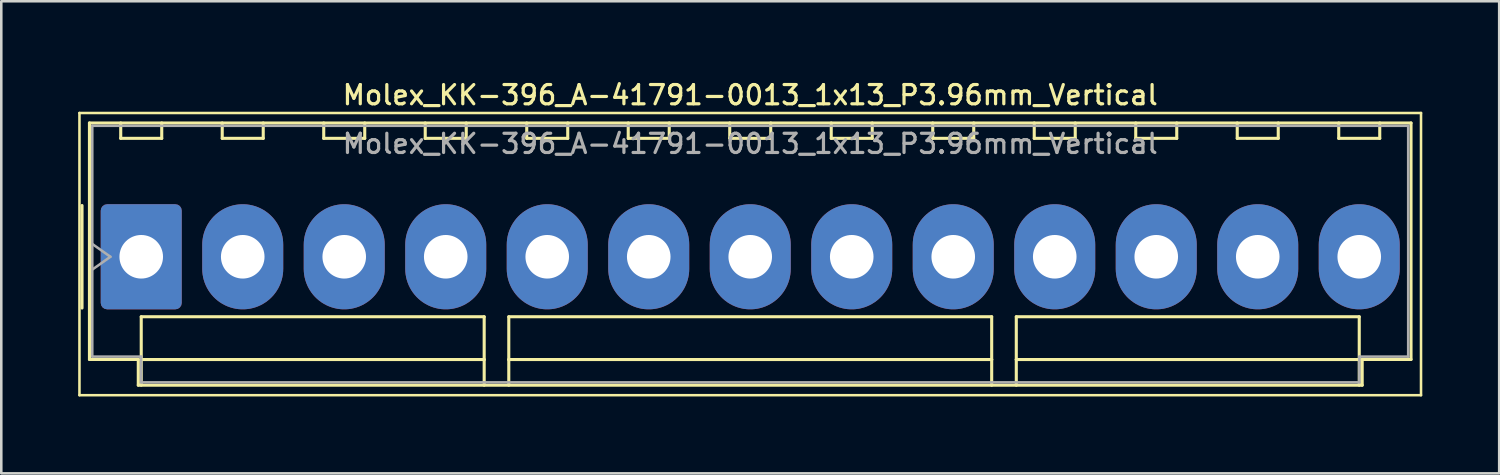
<source format=kicad_pcb>
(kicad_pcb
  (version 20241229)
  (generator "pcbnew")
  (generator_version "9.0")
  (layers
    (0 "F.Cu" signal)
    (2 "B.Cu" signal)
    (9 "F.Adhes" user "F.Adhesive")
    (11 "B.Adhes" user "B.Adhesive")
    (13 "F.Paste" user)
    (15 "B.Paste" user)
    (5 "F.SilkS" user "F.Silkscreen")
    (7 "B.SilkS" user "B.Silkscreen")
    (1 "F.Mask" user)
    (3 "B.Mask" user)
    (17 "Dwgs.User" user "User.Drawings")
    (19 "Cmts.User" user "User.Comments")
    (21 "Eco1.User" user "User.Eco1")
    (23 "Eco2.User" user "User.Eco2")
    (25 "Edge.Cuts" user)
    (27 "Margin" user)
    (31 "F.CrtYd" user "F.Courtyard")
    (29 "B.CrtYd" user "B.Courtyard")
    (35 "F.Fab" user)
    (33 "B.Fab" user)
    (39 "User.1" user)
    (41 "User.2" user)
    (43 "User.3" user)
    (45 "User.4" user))
  (footprint "Molex_KK-396_A-41791-0013_1x13_P3.96mm_Vertical"
    (layer "F.Cu")
    (at 2.46 6.968)
    (property "Reference" "Molex_KK-396_A-41791-0013_1x13_P3.96mm_Vertical" (at 23.76 -6.31 0) (layer "F.SilkS") (effects (font (size 0.75 0.75) (thickness 0.125))))
    (attr through_hole)
    (fp_line (start -2.41 -5.61) (end -2.41 5.4) (stroke (width 0.1) (type solid)) (layer "F.SilkS"))
    (fp_line (start -2.41 5.4) (end 49.93 5.4) (stroke (width 0.1) (type solid)) (layer "F.SilkS"))
    (fp_line (start -2.31 -2) (end -2.31 2) (stroke (width 0.12) (type solid)) (layer "F.SilkS"))
    (fp_line (start -2.02 -5.22) (end 49.54 -5.22) (stroke (width 0.12) (type solid)) (layer "F.SilkS"))
    (fp_line (start -2.02 4.005) (end -2.02 -5.22) (stroke (width 0.12) (type solid)) (layer "F.SilkS"))
    (fp_line (start -0.8 -5.22) (end -0.8 -4.62) (stroke (width 0.12) (type solid)) (layer "F.SilkS"))
    (fp_line (start -0.8 -4.62) (end 0.8 -4.62) (stroke (width 0.12) (type solid)) (layer "F.SilkS"))
    (fp_line (start -0.115 4.005) (end -2.02 4.005) (stroke (width 0.12) (type solid)) (layer "F.SilkS"))
    (fp_line (start -0.115 5.01) (end -0.115 4.005) (stroke (width 0.12) (type solid)) (layer "F.SilkS"))
    (fp_line (start 0 2.34) (end 13.38 2.34) (stroke (width 0.12) (type solid)) (layer "F.SilkS"))
    (fp_line (start 0 4.01) (end 0 2.34) (stroke (width 0.12) (type solid)) (layer "F.SilkS"))
    (fp_line (start 0 4.01) (end 13.38 4.01) (stroke (width 0.12) (type solid)) (layer "F.SilkS"))
    (fp_line (start 0 5.01) (end 0 4.01) (stroke (width 0.12) (type solid)) (layer "F.SilkS"))
    (fp_line (start 0.8 -4.62) (end 0.8 -5.22) (stroke (width 0.12) (type solid)) (layer "F.SilkS"))
    (fp_line (start 3.16 -5.22) (end 3.16 -4.62) (stroke (width 0.12) (type solid)) (layer "F.SilkS"))
    (fp_line (start 3.16 -4.62) (end 4.76 -4.62) (stroke (width 0.12) (type solid)) (layer "F.SilkS"))
    (fp_line (start 4.76 -4.62) (end 4.76 -5.22) (stroke (width 0.12) (type solid)) (layer "F.SilkS"))
    (fp_line (start 7.12 -5.22) (end 7.12 -4.62) (stroke (width 0.12) (type solid)) (layer "F.SilkS"))
    (fp_line (start 7.12 -4.62) (end 8.72 -4.62) (stroke (width 0.12) (type solid)) (layer "F.SilkS"))
    (fp_line (start 8.72 -4.62) (end 8.72 -5.22) (stroke (width 0.12) (type solid)) (layer "F.SilkS"))
    (fp_line (start 11.08 -5.22) (end 11.08 -4.62) (stroke (width 0.12) (type solid)) (layer "F.SilkS"))
    (fp_line (start 11.08 -4.62) (end 12.68 -4.62) (stroke (width 0.12) (type solid)) (layer "F.SilkS"))
    (fp_line (start 12.68 -4.62) (end 12.68 -5.22) (stroke (width 0.12) (type solid)) (layer "F.SilkS"))
    (fp_line (start 13.38 2.34) (end 13.38 4.01) (stroke (width 0.12) (type solid)) (layer "F.SilkS"))
    (fp_line (start 13.38 4.01) (end 13.38 5.01) (stroke (width 0.12) (type solid)) (layer "F.SilkS"))
    (fp_line (start 14.34 2.34) (end 33.18 2.34) (stroke (width 0.12) (type solid)) (layer "F.SilkS"))
    (fp_line (start 14.34 4.01) (end 14.34 2.34) (stroke (width 0.12) (type solid)) (layer "F.SilkS"))
    (fp_line (start 14.34 4.01) (end 33.18 4.01) (stroke (width 0.12) (type solid)) (layer "F.SilkS"))
    (fp_line (start 14.34 5.01) (end 14.34 4.01) (stroke (width 0.12) (type solid)) (layer "F.SilkS"))
    (fp_line (start 15.04 -5.22) (end 15.04 -4.62) (stroke (width 0.12) (type solid)) (layer "F.SilkS"))
    (fp_line (start 15.04 -4.62) (end 16.64 -4.62) (stroke (width 0.12) (type solid)) (layer "F.SilkS"))
    (fp_line (start 16.64 -4.62) (end 16.64 -5.22) (stroke (width 0.12) (type solid)) (layer "F.SilkS"))
    (fp_line (start 19 -5.22) (end 19 -4.62) (stroke (width 0.12) (type solid)) (layer "F.SilkS"))
    (fp_line (start 19 -4.62) (end 20.6 -4.62) (stroke (width 0.12) (type solid)) (layer "F.SilkS"))
    (fp_line (start 20.6 -4.62) (end 20.6 -5.22) (stroke (width 0.12) (type solid)) (layer "F.SilkS"))
    (fp_line (start 22.96 -5.22) (end 22.96 -4.62) (stroke (width 0.12) (type solid)) (layer "F.SilkS"))
    (fp_line (start 22.96 -4.62) (end 24.56 -4.62) (stroke (width 0.12) (type solid)) (layer "F.SilkS"))
    (fp_line (start 24.56 -4.62) (end 24.56 -5.22) (stroke (width 0.12) (type solid)) (layer "F.SilkS"))
    (fp_line (start 26.92 -5.22) (end 26.92 -4.62) (stroke (width 0.12) (type solid)) (layer "F.SilkS"))
    (fp_line (start 26.92 -4.62) (end 28.52 -4.62) (stroke (width 0.12) (type solid)) (layer "F.SilkS"))
    (fp_line (start 28.52 -4.62) (end 28.52 -5.22) (stroke (width 0.12) (type solid)) (layer "F.SilkS"))
    (fp_line (start 30.88 -5.22) (end 30.88 -4.62) (stroke (width 0.12) (type solid)) (layer "F.SilkS"))
    (fp_line (start 30.88 -4.62) (end 32.48 -4.62) (stroke (width 0.12) (type solid)) (layer "F.SilkS"))
    (fp_line (start 32.48 -4.62) (end 32.48 -5.22) (stroke (width 0.12) (type solid)) (layer "F.SilkS"))
    (fp_line (start 33.18 2.34) (end 33.18 4.01) (stroke (width 0.12) (type solid)) (layer "F.SilkS"))
    (fp_line (start 33.18 4.01) (end 33.18 5.01) (stroke (width 0.12) (type solid)) (layer "F.SilkS"))
    (fp_line (start 34.14 2.34) (end 47.52 2.34) (stroke (width 0.12) (type solid)) (layer "F.SilkS"))
    (fp_line (start 34.14 4.01) (end 34.14 2.34) (stroke (width 0.12) (type solid)) (layer "F.SilkS"))
    (fp_line (start 34.14 4.01) (end 47.52 4.01) (stroke (width 0.12) (type solid)) (layer "F.SilkS"))
    (fp_line (start 34.14 5.01) (end 34.14 4.01) (stroke (width 0.12) (type solid)) (layer "F.SilkS"))
    (fp_line (start 34.84 -5.22) (end 34.84 -4.62) (stroke (width 0.12) (type solid)) (layer "F.SilkS"))
    (fp_line (start 34.84 -4.62) (end 36.44 -4.62) (stroke (width 0.12) (type solid)) (layer "F.SilkS"))
    (fp_line (start 36.44 -4.62) (end 36.44 -5.22) (stroke (width 0.12) (type solid)) (layer "F.SilkS"))
    (fp_line (start 38.8 -5.22) (end 38.8 -4.62) (stroke (width 0.12) (type solid)) (layer "F.SilkS"))
    (fp_line (start 38.8 -4.62) (end 40.4 -4.62) (stroke (width 0.12) (type solid)) (layer "F.SilkS"))
    (fp_line (start 40.4 -4.62) (end 40.4 -5.22) (stroke (width 0.12) (type solid)) (layer "F.SilkS"))
    (fp_line (start 42.76 -5.22) (end 42.76 -4.62) (stroke (width 0.12) (type solid)) (layer "F.SilkS"))
    (fp_line (start 42.76 -4.62) (end 44.36 -4.62) (stroke (width 0.12) (type solid)) (layer "F.SilkS"))
    (fp_line (start 44.36 -4.62) (end 44.36 -5.22) (stroke (width 0.12) (type solid)) (layer "F.SilkS"))
    (fp_line (start 46.72 -5.22) (end 46.72 -4.62) (stroke (width 0.12) (type solid)) (layer "F.SilkS"))
    (fp_line (start 46.72 -4.62) (end 48.32 -4.62) (stroke (width 0.12) (type solid)) (layer "F.SilkS"))
    (fp_line (start 47.52 2.34) (end 47.52 4.01) (stroke (width 0.12) (type solid)) (layer "F.SilkS"))
    (fp_line (start 47.52 4.01) (end 47.52 5.01) (stroke (width 0.12) (type solid)) (layer "F.SilkS"))
    (fp_line (start 47.635 4.005) (end 47.635 5.01) (stroke (width 0.12) (type solid)) (layer "F.SilkS"))
    (fp_line (start 47.635 5.01) (end -0.115 5.01) (stroke (width 0.12) (type solid)) (layer "F.SilkS"))
    (fp_line (start 48.32 -4.62) (end 48.32 -5.22) (stroke (width 0.12) (type solid)) (layer "F.SilkS"))
    (fp_line (start 49.54 -5.22) (end 49.54 4.005) (stroke (width 0.12) (type solid)) (layer "F.SilkS"))
    (fp_line (start 49.54 4.005) (end 47.635 4.005) (stroke (width 0.12) (type solid)) (layer "F.SilkS"))
    (fp_line (start 49.93 -5.61) (end -2.41 -5.61) (stroke (width 0.1) (type solid)) (layer "F.SilkS"))
    (fp_line (start 49.93 5.4) (end 49.93 -5.61) (stroke (width 0.1) (type solid)) (layer "F.SilkS"))
    (fp_line (start -1.91 -5.11) (end 49.43 -5.11) (stroke (width 0.1) (type solid)) (layer "F.Fab"))
    (fp_line (start -1.91 -0.5) (end -1.203 0) (stroke (width 0.1) (type solid)) (layer "F.Fab"))
    (fp_line (start -1.91 3.895) (end -1.91 -5.11) (stroke (width 0.1) (type solid)) (layer "F.Fab"))
    (fp_line (start -1.203 0) (end -1.91 0.5) (stroke (width 0.1) (type solid)) (layer "F.Fab"))
    (fp_line (start -0.005 3.895) (end -1.91 3.895) (stroke (width 0.1) (type solid)) (layer "F.Fab"))
    (fp_line (start -0.005 4.9) (end -0.005 3.895) (stroke (width 0.1) (type solid)) (layer "F.Fab"))
    (fp_line (start 47.525 3.895) (end 47.525 4.9) (stroke (width 0.1) (type solid)) (layer "F.Fab"))
    (fp_line (start 47.525 4.9) (end -0.005 4.9) (stroke (width 0.1) (type solid)) (layer "F.Fab"))
    (fp_line (start 49.43 -5.11) (end 49.43 3.895) (stroke (width 0.1) (type solid)) (layer "F.Fab"))
    (fp_line (start 49.43 3.895) (end 47.525 3.895) (stroke (width 0.1) (type solid)) (layer "F.Fab"))
    (fp_text user "${REFERENCE}" (at 23.76 -4.41 0) (layer "F.Fab") (effects (font (size 0.75 0.75) (thickness 0.125))))
    (pad "1" thru_hole roundrect (at 0 0) (size 3.16 4.1) (drill 1.7) (layers "*.Cu" "*.Mask") (roundrect_rratio 0.079))
    (pad "2" thru_hole oval (at 3.96 0) (size 3.16 4.1) (drill 1.7) (layers "*.Cu" "*.Mask"))
    (pad "3" thru_hole oval (at 7.92 0) (size 3.16 4.1) (drill 1.7) (layers "*.Cu" "*.Mask"))
    (pad "4" thru_hole oval (at 11.88 0) (size 3.16 4.1) (drill 1.7) (layers "*.Cu" "*.Mask"))
    (pad "5" thru_hole oval (at 15.84 0) (size 3.16 4.1) (drill 1.7) (layers "*.Cu" "*.Mask"))
    (pad "6" thru_hole oval (at 19.8 0) (size 3.16 4.1) (drill 1.7) (layers "*.Cu" "*.Mask"))
    (pad "7" thru_hole oval (at 23.76 0) (size 3.16 4.1) (drill 1.7) (layers "*.Cu" "*.Mask"))
    (pad "8" thru_hole oval (at 27.72 0) (size 3.16 4.1) (drill 1.7) (layers "*.Cu" "*.Mask"))
    (pad "9" thru_hole oval (at 31.68 0) (size 3.16 4.1) (drill 1.7) (layers "*.Cu" "*.Mask"))
    (pad "10" thru_hole oval (at 35.64 0) (size 3.16 4.1) (drill 1.7) (layers "*.Cu" "*.Mask"))
    (pad "11" thru_hole oval (at 39.6 0) (size 3.16 4.1) (drill 1.7) (layers "*.Cu" "*.Mask"))
    (pad "12" thru_hole oval (at 43.56 0) (size 3.16 4.1) (drill 1.7) (layers "*.Cu" "*.Mask"))
    (pad "13" thru_hole oval (at 47.52 0) (size 3.16 4.1) (drill 1.7) (layers "*.Cu" "*.Mask")))
  (gr_rect
    (start -3 -3)
    (end 55.44 15.418)
    (stroke (width 0.1) (type default))
    (fill no)
    (layer "Edge.Cuts")))
</source>
